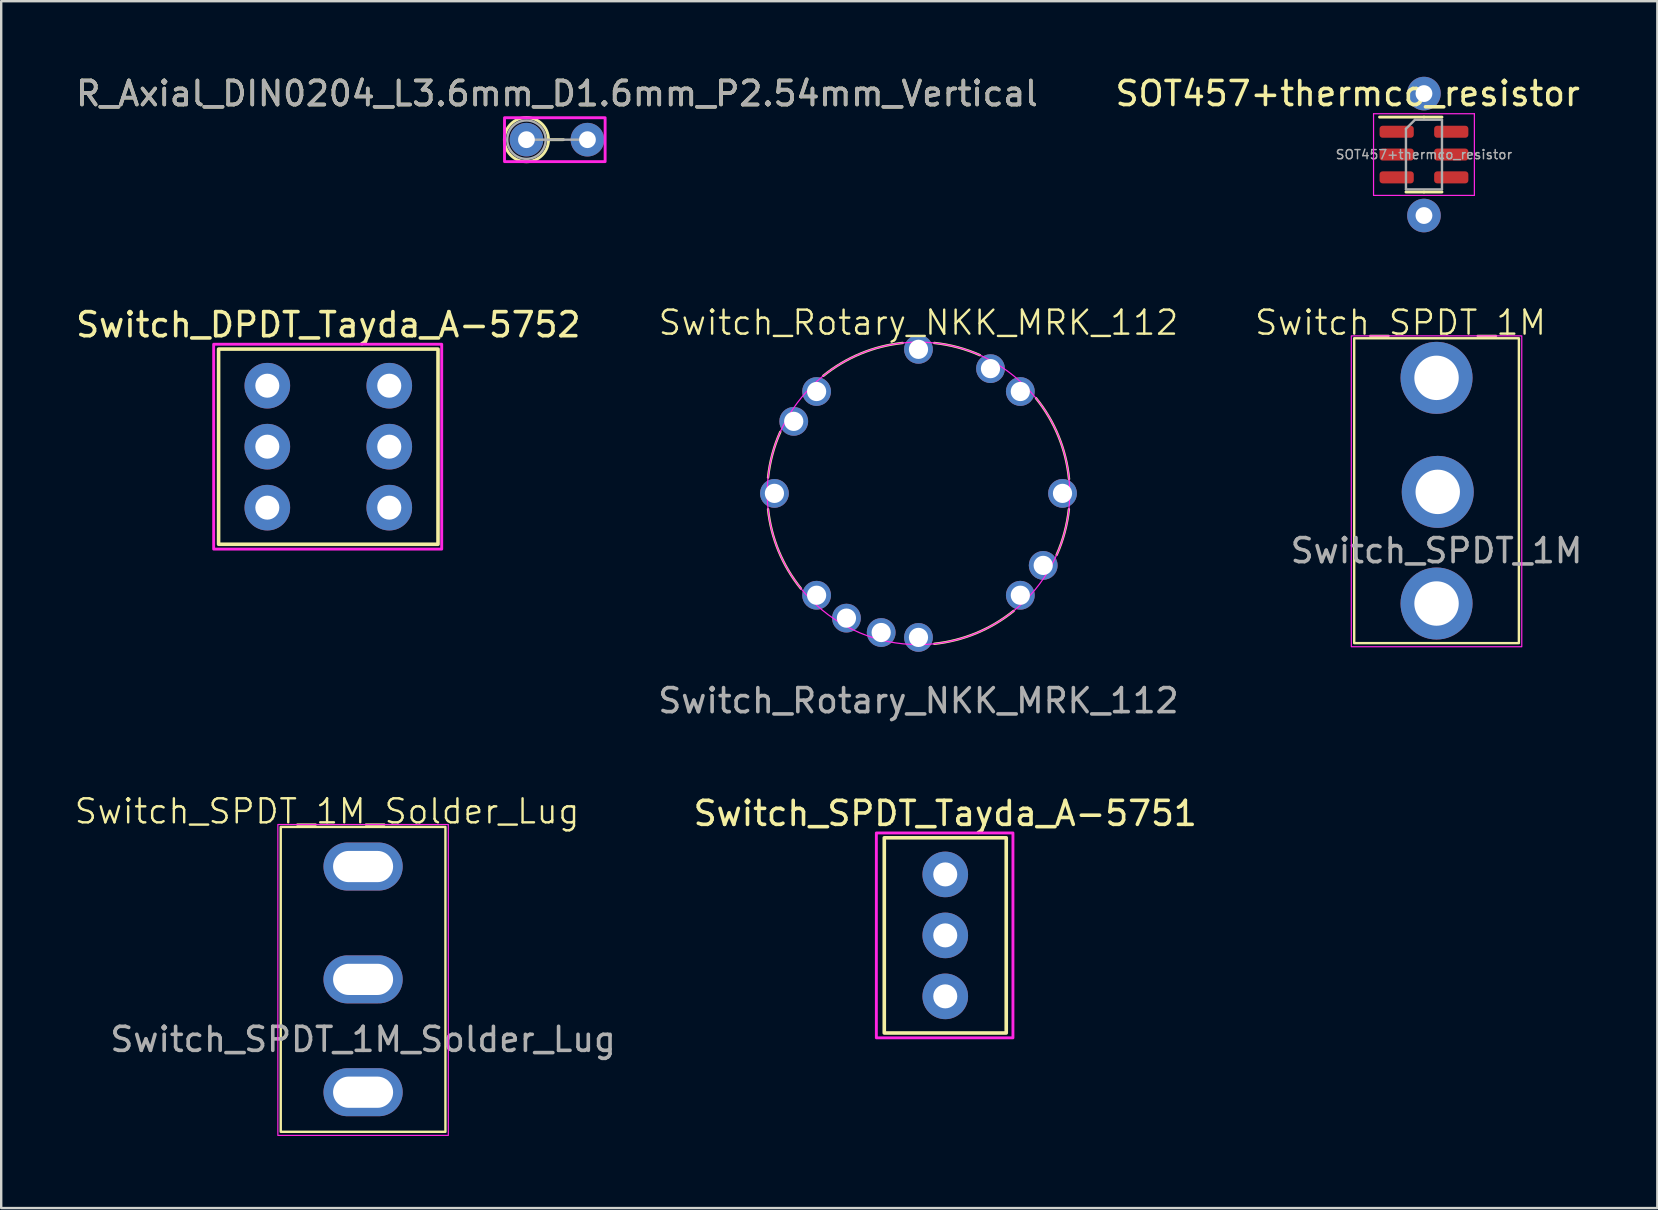
<source format=kicad_pcb>
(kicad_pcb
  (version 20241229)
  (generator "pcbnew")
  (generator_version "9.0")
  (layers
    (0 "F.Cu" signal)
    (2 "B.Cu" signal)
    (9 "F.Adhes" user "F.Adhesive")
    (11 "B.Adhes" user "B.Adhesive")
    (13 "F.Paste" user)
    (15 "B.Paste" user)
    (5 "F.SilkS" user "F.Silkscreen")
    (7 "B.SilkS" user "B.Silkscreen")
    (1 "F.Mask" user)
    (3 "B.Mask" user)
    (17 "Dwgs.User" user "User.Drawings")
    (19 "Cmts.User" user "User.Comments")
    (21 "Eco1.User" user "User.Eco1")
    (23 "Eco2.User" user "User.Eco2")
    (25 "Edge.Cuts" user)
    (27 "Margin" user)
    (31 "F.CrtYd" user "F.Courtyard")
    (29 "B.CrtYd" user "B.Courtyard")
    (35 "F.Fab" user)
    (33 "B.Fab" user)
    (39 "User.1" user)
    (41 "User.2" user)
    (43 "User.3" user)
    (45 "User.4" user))
  (footprint "Switch_SPDT_1M"
    (layer "F.Cu")
    (at 56.788 17.389)
    (property "Reference" "Switch_SPDT_1M" (at -1.5 -7 0) (unlocked yes) (layer "F.SilkS") (effects (font (size 1 1) (thickness 0.1))))
    (attr through_hole)
    (fp_rect (start -3.43 -6.35) (end 3.43 6.35) (stroke (width 0.1) (type default)) (fill no) (layer "F.SilkS"))
    (fp_rect (start -3.55 -6.45) (end 3.55 6.5) (stroke (width 0.05) (type default)) (fill no) (layer "F.CrtYd"))
    (fp_text user "${REFERENCE}" (at 0 2.5 0) (unlocked yes) (layer "F.Fab") (effects (font (size 1 1) (thickness 0.15))))
    (pad "1" thru_hole circle (at 0 -4.7) (size 3 3) (drill 1.85) (layers "*.Cu" "*.Mask"))
    (pad "2" thru_hole circle (at 0.05 0.05) (size 3 3) (drill 1.85) (layers "*.Cu" "*.Mask"))
    (pad "3" thru_hole circle (at 0 4.7) (size 3 3) (drill 1.85) (layers "*.Cu" "*.Mask")))
  (footprint "Switch_Rotary_NKK_MRK_112"
    (layer "F.Cu")
    (at 35.208 17.501)
    (property "Reference" "Switch_Rotary_NKK_MRK_112" (at 0 -7.112 0) (unlocked yes) (layer "F.SilkS") (effects (font (size 1 1) (thickness 0.1))))
    (attr through_hole)
    (fp_arc (start -6.265488 -0.658529) (mid -6.085333 -1.63056) (end -5.755336 -2.562441) (stroke (width 0.1) (type default)) (layer "F.SilkS"))
    (fp_arc (start -4.89602 3.964718) (mid -5.841258 2.360022) (end -6.265488 0.658529) (stroke (width 0.1) (type default)) (layer "F.SilkS"))
    (fp_arc (start -3.964718 -4.89602) (mid -2.461606 -5.799181) (end -0.658529 -6.265488) (stroke (width 0.1) (type default)) (layer "F.SilkS"))
    (fp_arc (start 0.658529 -6.265488) (mid 1.63056 -6.085333) (end 2.562441 -5.755336) (stroke (width 0.1) (type default)) (layer "F.SilkS"))
    (fp_arc (start 3.964718 4.89602) (mid 2.360022 5.841258) (end 0.658529 6.265488) (stroke (width 0.1) (type default)) (layer "F.SilkS"))
    (fp_arc (start 4.89602 -3.964718) (mid 5.832147 -2.382449) (end 6.271621 -0.597297) (stroke (width 0.1) (type default)) (layer "F.SilkS"))
    (fp_arc (start 6.265488 0.658529) (mid 6.085333 1.63056) (end 5.755336 2.562441) (stroke (width 0.1) (type default)) (layer "F.SilkS"))
    (fp_circle (center 0 0) (end 6.3 0) (stroke (width 0.05) (type default)) (fill no) (layer "F.CrtYd"))
    (fp_text user "${REFERENCE}" (at 0 8.636 0) (unlocked yes) (layer "F.Fab") (effects (font (size 1 1) (thickness 0.15))))
    (pad "1" thru_hole circle (at -1.553 5.796) (size 1.2 1.2) (drill 0.8) (layers "*.Cu" "*.Mask"))
    (pad "2" thru_hole circle (at -3 5.196) (size 1.2 1.2) (drill 0.8) (layers "*.Cu" "*.Mask"))
    (pad "3" thru_hole circle (at -4.243 4.243) (size 1.2 1.2) (drill 0.8) (layers "*.Cu" "*.Mask"))
    (pad "4" thru_hole circle (at -6 0) (size 1.2 1.2) (drill 0.8) (layers "*.Cu" "*.Mask"))
    (pad "5" thru_hole circle (at -5.196 -3) (size 1.2 1.2) (drill 0.8) (layers "*.Cu" "*.Mask"))
    (pad "6" thru_hole circle (at -4.243 -4.243) (size 1.2 1.2) (drill 0.8) (layers "*.Cu" "*.Mask"))
    (pad "7" thru_hole circle (at 0 -6) (size 1.2 1.2) (drill 0.8) (layers "*.Cu" "*.Mask"))
    (pad "8" thru_hole circle (at 3 -5.196) (size 1.2 1.2) (drill 0.8) (layers "*.Cu" "*.Mask"))
    (pad "9" thru_hole circle (at 4.243 -4.243) (size 1.2 1.2) (drill 0.8) (layers "*.Cu" "*.Mask"))
    (pad "10" thru_hole circle (at 6 0) (size 1.2 1.2) (drill 0.8) (layers "*.Cu" "*.Mask"))
    (pad "11" thru_hole circle (at 5.196 3) (size 1.2 1.2) (drill 0.8) (layers "*.Cu" "*.Mask"))
    (pad "12" thru_hole circle (at 4.243 4.243) (size 1.2 1.2) (drill 0.8) (layers "*.Cu" "*.Mask"))
    (pad "13" thru_hole circle (at 0 6) (size 1.2 1.2) (drill 0.8) (layers "*.Cu" "*.Mask")))
  (footprint "R_Axial_DIN0204_L3.6mm_D1.6mm_P2.54mm_Vertical"
    (layer "F.Cu")
    (at 18.879 2.768)
    (property "Reference" "R_Axial_DIN0204_L3.6mm_D1.6mm_P2.54mm_Vertical" (at 1.27 -1.92 0) (layer "F.SilkS") (effects (font (size 1 1) (thickness 0.15))))
    (attr through_hole)
    (fp_line (start 0.92 0) (end 1.54 0) (stroke (width 0.12) (type solid)) (layer "F.SilkS"))
    (fp_circle (center 0 0) (end 0.92 0) (stroke (width 0.12) (type solid)) (fill no) (layer "F.SilkS"))
    (fp_rect (start 3.277 -0.914) (end -0.914 0.914) (stroke (width 0.12) (type solid)) (fill no) (layer "F.CrtYd"))
    (fp_line (start 0 0) (end 2.54 0) (stroke (width 0.1) (type solid)) (layer "F.Fab"))
    (fp_circle (center 0 0) (end 0.8 0) (stroke (width 0.1) (type solid)) (fill no) (layer "F.Fab"))
    (fp_text user "${REFERENCE}" (at 1.27 -1.92 0) (layer "F.Fab") (effects (font (size 1 1) (thickness 0.15))))
    (pad "1" thru_hole circle (at 0 0) (size 1.4 1.4) (drill 0.7) (layers "*.Cu" "*.Mask"))
    (pad "2" thru_hole oval (at 2.54 0) (size 1.4 1.4) (drill 0.7) (layers "*.Cu" "*.Mask")))
  (footprint "Switch_DPDT_Tayda_A-5752"
    (layer "F.Cu")
    (at 10.625 15.556)
    (property "Reference" "Switch_DPDT_Tayda_A-5752" (at 0 -5.08 0) (unlocked yes) (layer "F.SilkS") (effects (font (size 1 1) (thickness 0.15))))
    (attr through_hole)
    (fp_rect (start -4.57 -4.065) (end 4.57 4.065) (stroke (width 0.15) (type solid)) (fill no) (layer "F.SilkS"))
    (fp_rect (start -4.775 -4.267) (end 4.724 4.267) (stroke (width 0.12) (type solid)) (fill no) (layer "F.CrtYd"))
    (pad "1" thru_hole circle (at 2.54 -2.54) (size 1.9 1.9) (drill 1) (layers "*.Cu" "*.Mask"))
    (pad "2" thru_hole circle (at 2.54 0) (size 1.9 1.9) (drill 1) (layers "*.Cu" "*.Mask"))
    (pad "3" thru_hole circle (at 2.54 2.54) (size 1.9 1.9) (drill 1) (layers "*.Cu" "*.Mask"))
    (pad "4" thru_hole circle (at -2.54 -2.54) (size 1.9 1.9) (drill 1) (layers "*.Cu" "*.Mask"))
    (pad "5" thru_hole circle (at -2.54 0) (size 1.9 1.9) (drill 1) (layers "*.Cu" "*.Mask"))
    (pad "6" thru_hole circle (at -2.54 2.54) (size 1.9 1.9) (drill 1) (layers "*.Cu" "*.Mask")))
  (footprint "SOT457+thermco_resistor"
    (layer "F.Cu")
    (at 56.264 3.388)
    (property "Reference" "SOT457+thermco_resistor" (at -3.175 -2.54 0) (layer "F.SilkS") (effects (font (size 1 1) (thickness 0.15))))
    (attr smd)
    (fp_line (start 0 -1.56) (end -1.85 -1.56) (stroke (width 0.12) (type solid)) (layer "F.SilkS"))
    (fp_line (start 0 -1.56) (end 0.75 -1.56) (stroke (width 0.12) (type solid)) (layer "F.SilkS"))
    (fp_line (start 0 1.56) (end -0.75 1.56) (stroke (width 0.12) (type solid)) (layer "F.SilkS"))
    (fp_line (start 0 1.56) (end 0.75 1.56) (stroke (width 0.12) (type solid)) (layer "F.SilkS"))
    (fp_line (start -2.1 -1.7) (end -2.1 1.7) (stroke (width 0.05) (type solid)) (layer "F.CrtYd"))
    (fp_line (start -2.1 1.7) (end 2.1 1.7) (stroke (width 0.05) (type solid)) (layer "F.CrtYd"))
    (fp_line (start 2.1 -1.7) (end -2.1 -1.7) (stroke (width 0.05) (type solid)) (layer "F.CrtYd"))
    (fp_line (start 2.1 1.7) (end 2.1 -1.7) (stroke (width 0.05) (type solid)) (layer "F.CrtYd"))
    (fp_line (start -0.75 -1.075) (end -0.375 -1.45) (stroke (width 0.1) (type solid)) (layer "F.Fab"))
    (fp_line (start -0.75 1.45) (end -0.75 -1.075) (stroke (width 0.1) (type solid)) (layer "F.Fab"))
    (fp_line (start -0.375 -1.45) (end 0.75 -1.45) (stroke (width 0.1) (type solid)) (layer "F.Fab"))
    (fp_line (start 0.75 -1.45) (end 0.75 1.45) (stroke (width 0.1) (type solid)) (layer "F.Fab"))
    (fp_line (start 0.75 1.45) (end -0.75 1.45) (stroke (width 0.1) (type solid)) (layer "F.Fab"))
    (fp_text user "${REFERENCE}" (at 0 0 0) (layer "F.Fab") (effects (font (size 0.38 0.38) (thickness 0.06))))
    (pad "1" smd roundrect (at -1.137 -0.95) (size 1.425 0.5) (layers "F.Cu" "F.Mask" "F.Paste") (roundrect_rratio 0.25))
    (pad "2" smd roundrect (at -1.137 0) (size 1.425 0.5) (layers "F.Cu" "F.Mask" "F.Paste") (roundrect_rratio 0.25))
    (pad "3" smd roundrect (at -1.137 0.95) (size 1.425 0.5) (layers "F.Cu" "F.Mask" "F.Paste") (roundrect_rratio 0.25))
    (pad "4" smd roundrect (at 1.137 0.95) (size 1.425 0.5) (layers "F.Cu" "F.Mask" "F.Paste") (roundrect_rratio 0.25))
    (pad "5" smd roundrect (at 1.137 0) (size 1.425 0.5) (layers "F.Cu" "F.Mask" "F.Paste") (roundrect_rratio 0.25))
    (pad "6" smd roundrect (at 1.137 -0.95) (size 1.425 0.5) (layers "F.Cu" "F.Mask" "F.Paste") (roundrect_rratio 0.25))
    (pad "7" thru_hole circle (at 0 -2.54) (size 1.4 1.4) (drill 0.7) (layers "*.Cu" "*.Mask"))
    (pad "8" thru_hole circle (at 0 2.54) (size 1.4 1.4) (drill 0.7) (layers "*.Cu" "*.Mask")))
  (footprint "Switch_SPDT_1M_Solder_Lug"
    (layer "F.Cu")
    (at 12.074 37.745)
    (property "Reference" "Switch_SPDT_1M_Solder_Lug" (at -1.5 -7 0) (unlocked yes) (layer "F.SilkS") (effects (font (size 1 1) (thickness 0.1))))
    (attr through_hole)
    (fp_rect (start -3.43 -6.35) (end 3.43 6.35) (stroke (width 0.1) (type default)) (fill no) (layer "F.SilkS"))
    (fp_rect (start -3.55 -6.45) (end 3.55 6.5) (stroke (width 0.05) (type default)) (fill no) (layer "F.CrtYd"))
    (fp_text user "${REFERENCE}" (at 0 2.5 0) (unlocked yes) (layer "F.Fab") (effects (font (size 1 1) (thickness 0.15))))
    (pad "1" thru_hole oval (at 0 -4.7) (size 3.3 2) (drill oval 2.5 1.3) (layers "*.Cu" "*.Mask"))
    (pad "2" thru_hole oval (at 0 0) (size 3.3 2) (drill oval 2.5 1.3) (layers "*.Cu" "*.Mask"))
    (pad "3" thru_hole oval (at 0 4.7) (size 3.3 2) (drill oval 2.5 1.3) (layers "*.Cu" "*.Mask")))
  (footprint "Switch_SPDT_Tayda_A-5751"
    (layer "F.Cu")
    (at 36.324 35.913)
    (property "Reference" "Switch_SPDT_Tayda_A-5751" (at 0 -5.08 0) (unlocked yes) (layer "F.SilkS") (effects (font (size 1 1) (thickness 0.15))))
    (attr through_hole)
    (fp_rect (start -2.54 -4.065) (end 2.54 4.065) (stroke (width 0.15) (type solid)) (fill no) (layer "F.SilkS"))
    (fp_rect (start -2.87 -4.267) (end 2.819 4.267) (stroke (width 0.12) (type solid)) (fill no) (layer "F.CrtYd"))
    (pad "1" thru_hole circle (at 0 -2.54) (size 1.9 1.9) (drill 1) (layers "*.Cu" "*.Mask"))
    (pad "2" thru_hole circle (at 0 0) (size 1.9 1.9) (drill 1) (layers "*.Cu" "*.Mask"))
    (pad "3" thru_hole circle (at 0 2.54) (size 1.9 1.9) (drill 1) (layers "*.Cu" "*.Mask")))
  (gr_rect
    (start -3 -3)
    (end 65.985 47.27)
    (stroke (width 0.1) (type default))
    (fill no)
    (layer "Edge.Cuts")))
</source>
